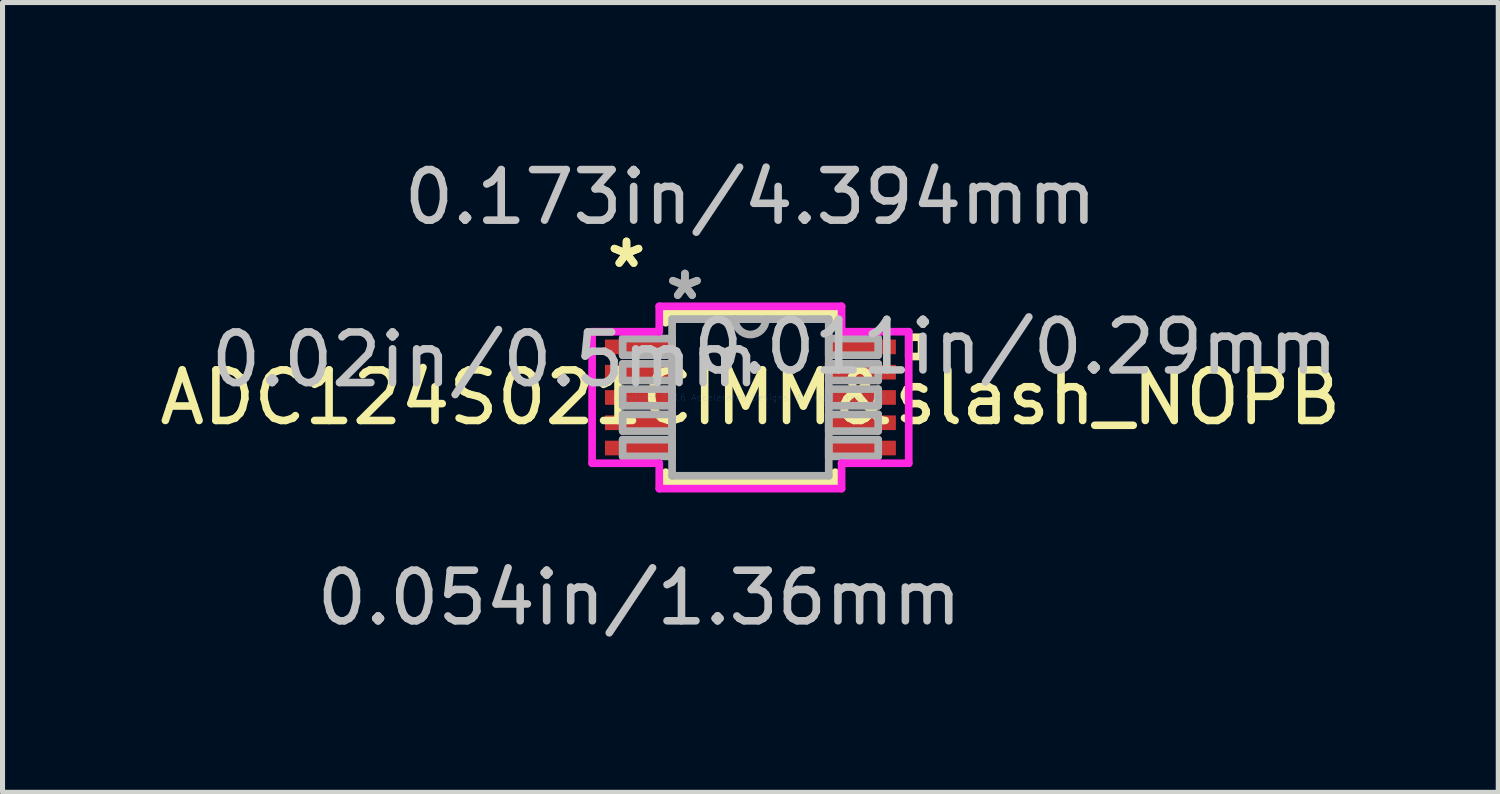
<source format=kicad_pcb>
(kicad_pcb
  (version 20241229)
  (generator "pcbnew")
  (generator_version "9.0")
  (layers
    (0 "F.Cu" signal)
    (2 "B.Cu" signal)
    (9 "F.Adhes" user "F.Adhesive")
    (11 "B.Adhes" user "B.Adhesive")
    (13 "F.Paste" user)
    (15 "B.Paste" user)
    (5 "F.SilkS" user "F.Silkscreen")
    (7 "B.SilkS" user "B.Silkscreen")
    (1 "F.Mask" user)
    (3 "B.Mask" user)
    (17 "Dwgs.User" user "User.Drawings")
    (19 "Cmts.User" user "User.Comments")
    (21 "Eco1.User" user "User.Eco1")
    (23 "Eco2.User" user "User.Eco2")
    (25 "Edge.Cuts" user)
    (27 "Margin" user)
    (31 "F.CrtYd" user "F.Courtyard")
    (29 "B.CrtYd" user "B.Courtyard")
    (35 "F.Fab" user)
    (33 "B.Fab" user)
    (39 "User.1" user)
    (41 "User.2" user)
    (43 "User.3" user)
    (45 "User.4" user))
  (footprint "ADC124S021CIMM&slash_NOPB"
    (layer "F.Cu")
    (at 11.792 4.811)
    (property "Reference" "ADC124S021CIMM&slash_NOPB" (at 0 0 0) (layer "F.SilkS") (effects (font (size 1 1) (thickness 0.15))))
    (attr through_hole)
    (fp_line (start -1.676 -1.676) (end -1.676 -1.478) (stroke (width 0.152) (type solid)) (layer "F.SilkS"))
    (fp_line (start -1.676 1.478) (end -1.676 1.676) (stroke (width 0.152) (type solid)) (layer "F.SilkS"))
    (fp_line (start -1.676 1.676) (end 1.676 1.676) (stroke (width 0.152) (type solid)) (layer "F.SilkS"))
    (fp_line (start 1.676 -1.676) (end -1.676 -1.676) (stroke (width 0.152) (type solid)) (layer "F.SilkS"))
    (fp_line (start 1.676 -1.478) (end 1.676 -1.676) (stroke (width 0.152) (type solid)) (layer "F.SilkS"))
    (fp_line (start 1.676 1.676) (end 1.676 1.478) (stroke (width 0.152) (type solid)) (layer "F.SilkS"))
    (fp_line (start 3.131 -1.191) (end 3.385 -1.191) (stroke (width 0.152) (type solid)) (layer "F.SilkS"))
    (fp_line (start 3.131 -0.81) (end 3.131 -1.191) (stroke (width 0.152) (type solid)) (layer "F.SilkS"))
    (fp_line (start 3.385 -1.191) (end 3.385 -0.81) (stroke (width 0.152) (type solid)) (layer "F.SilkS"))
    (fp_line (start 3.385 -0.81) (end 3.131 -0.81) (stroke (width 0.152) (type solid)) (layer "F.SilkS"))
    (fp_line (start -3.131 -1.301) (end -1.803 -1.301) (stroke (width 0.152) (type solid)) (layer "F.CrtYd"))
    (fp_line (start -3.131 1.301) (end -3.131 -1.301) (stroke (width 0.152) (type solid)) (layer "F.CrtYd"))
    (fp_line (start -1.803 -1.803) (end 1.803 -1.803) (stroke (width 0.152) (type solid)) (layer "F.CrtYd"))
    (fp_line (start -1.803 -1.301) (end -1.803 -1.803) (stroke (width 0.152) (type solid)) (layer "F.CrtYd"))
    (fp_line (start -1.803 1.301) (end -3.131 1.301) (stroke (width 0.152) (type solid)) (layer "F.CrtYd"))
    (fp_line (start -1.803 1.803) (end -1.803 1.301) (stroke (width 0.152) (type solid)) (layer "F.CrtYd"))
    (fp_line (start 1.803 -1.803) (end 1.803 -1.301) (stroke (width 0.152) (type solid)) (layer "F.CrtYd"))
    (fp_line (start 1.803 -1.301) (end 3.131 -1.301) (stroke (width 0.152) (type solid)) (layer "F.CrtYd"))
    (fp_line (start 1.803 1.301) (end 1.803 1.803) (stroke (width 0.152) (type solid)) (layer "F.CrtYd"))
    (fp_line (start 1.803 1.803) (end -1.803 1.803) (stroke (width 0.152) (type solid)) (layer "F.CrtYd"))
    (fp_line (start 3.131 -1.301) (end 3.131 1.301) (stroke (width 0.152) (type solid)) (layer "F.CrtYd"))
    (fp_line (start 3.131 1.301) (end 1.803 1.301) (stroke (width 0.152) (type solid)) (layer "F.CrtYd"))
    (fp_line (start -2.527 -1.165) (end -2.527 -0.835) (stroke (width 0.152) (type solid)) (layer "F.Fab"))
    (fp_line (start -2.527 -0.835) (end -1.549 -0.835) (stroke (width 0.152) (type solid)) (layer "F.Fab"))
    (fp_line (start -2.527 -0.665) (end -2.527 -0.335) (stroke (width 0.152) (type solid)) (layer "F.Fab"))
    (fp_line (start -2.527 -0.335) (end -1.549 -0.335) (stroke (width 0.152) (type solid)) (layer "F.Fab"))
    (fp_line (start -2.527 -0.165) (end -2.527 0.165) (stroke (width 0.152) (type solid)) (layer "F.Fab"))
    (fp_line (start -2.527 0.165) (end -1.549 0.165) (stroke (width 0.152) (type solid)) (layer "F.Fab"))
    (fp_line (start -2.527 0.335) (end -2.527 0.665) (stroke (width 0.152) (type solid)) (layer "F.Fab"))
    (fp_line (start -2.527 0.665) (end -1.549 0.665) (stroke (width 0.152) (type solid)) (layer "F.Fab"))
    (fp_line (start -2.527 0.835) (end -2.527 1.165) (stroke (width 0.152) (type solid)) (layer "F.Fab"))
    (fp_line (start -2.527 1.165) (end -1.549 1.165) (stroke (width 0.152) (type solid)) (layer "F.Fab"))
    (fp_line (start -1.549 -1.549) (end -1.549 1.549) (stroke (width 0.152) (type solid)) (layer "F.Fab"))
    (fp_line (start -1.549 -1.165) (end -2.527 -1.165) (stroke (width 0.152) (type solid)) (layer "F.Fab"))
    (fp_line (start -1.549 -0.835) (end -1.549 -1.165) (stroke (width 0.152) (type solid)) (layer "F.Fab"))
    (fp_line (start -1.549 -0.665) (end -2.527 -0.665) (stroke (width 0.152) (type solid)) (layer "F.Fab"))
    (fp_line (start -1.549 -0.335) (end -1.549 -0.665) (stroke (width 0.152) (type solid)) (layer "F.Fab"))
    (fp_line (start -1.549 -0.165) (end -2.527 -0.165) (stroke (width 0.152) (type solid)) (layer "F.Fab"))
    (fp_line (start -1.549 0.165) (end -1.549 -0.165) (stroke (width 0.152) (type solid)) (layer "F.Fab"))
    (fp_line (start -1.549 0.335) (end -2.527 0.335) (stroke (width 0.152) (type solid)) (layer "F.Fab"))
    (fp_line (start -1.549 0.665) (end -1.549 0.335) (stroke (width 0.152) (type solid)) (layer "F.Fab"))
    (fp_line (start -1.549 0.835) (end -2.527 0.835) (stroke (width 0.152) (type solid)) (layer "F.Fab"))
    (fp_line (start -1.549 1.165) (end -1.549 0.835) (stroke (width 0.152) (type solid)) (layer "F.Fab"))
    (fp_line (start -1.549 1.549) (end 1.549 1.549) (stroke (width 0.152) (type solid)) (layer "F.Fab"))
    (fp_line (start 1.549 -1.549) (end -1.549 -1.549) (stroke (width 0.152) (type solid)) (layer "F.Fab"))
    (fp_line (start 1.549 -1.165) (end 1.549 -0.835) (stroke (width 0.152) (type solid)) (layer "F.Fab"))
    (fp_line (start 1.549 -0.835) (end 2.527 -0.835) (stroke (width 0.152) (type solid)) (layer "F.Fab"))
    (fp_line (start 1.549 -0.665) (end 1.549 -0.335) (stroke (width 0.152) (type solid)) (layer "F.Fab"))
    (fp_line (start 1.549 -0.335) (end 2.527 -0.335) (stroke (width 0.152) (type solid)) (layer "F.Fab"))
    (fp_line (start 1.549 -0.165) (end 1.549 0.165) (stroke (width 0.152) (type solid)) (layer "F.Fab"))
    (fp_line (start 1.549 0.165) (end 2.527 0.165) (stroke (width 0.152) (type solid)) (layer "F.Fab"))
    (fp_line (start 1.549 0.335) (end 1.549 0.665) (stroke (width 0.152) (type solid)) (layer "F.Fab"))
    (fp_line (start 1.549 0.665) (end 2.527 0.665) (stroke (width 0.152) (type solid)) (layer "F.Fab"))
    (fp_line (start 1.549 0.835) (end 1.549 1.165) (stroke (width 0.152) (type solid)) (layer "F.Fab"))
    (fp_line (start 1.549 1.165) (end 2.527 1.165) (stroke (width 0.152) (type solid)) (layer "F.Fab"))
    (fp_line (start 1.549 1.549) (end 1.549 -1.549) (stroke (width 0.152) (type solid)) (layer "F.Fab"))
    (fp_line (start 2.527 -1.165) (end 1.549 -1.165) (stroke (width 0.152) (type solid)) (layer "F.Fab"))
    (fp_line (start 2.527 -0.835) (end 2.527 -1.165) (stroke (width 0.152) (type solid)) (layer "F.Fab"))
    (fp_line (start 2.527 -0.665) (end 1.549 -0.665) (stroke (width 0.152) (type solid)) (layer "F.Fab"))
    (fp_line (start 2.527 -0.335) (end 2.527 -0.665) (stroke (width 0.152) (type solid)) (layer "F.Fab"))
    (fp_line (start 2.527 -0.165) (end 1.549 -0.165) (stroke (width 0.152) (type solid)) (layer "F.Fab"))
    (fp_line (start 2.527 0.165) (end 2.527 -0.165) (stroke (width 0.152) (type solid)) (layer "F.Fab"))
    (fp_line (start 2.527 0.335) (end 1.549 0.335) (stroke (width 0.152) (type solid)) (layer "F.Fab"))
    (fp_line (start 2.527 0.665) (end 2.527 0.335) (stroke (width 0.152) (type solid)) (layer "F.Fab"))
    (fp_line (start 2.527 0.835) (end 1.549 0.835) (stroke (width 0.152) (type solid)) (layer "F.Fab"))
    (fp_line (start 2.527 1.165) (end 2.527 0.835) (stroke (width 0.152) (type solid)) (layer "F.Fab"))
    (fp_arc (start 0.3048 -1.5494) (mid 0 -1.2446) (end -0.3048 -1.5494) (stroke (width 0.1524) (type solid)) (layer "F.Fab"))
    (fp_text user "*" (at -2.451 -2.542 0) (layer "F.SilkS") (effects (font (size 1 1) (thickness 0.15))))
    (fp_text user "*" (at -2.451 -2.542 0) (layer "F.SilkS") (effects (font (size 1 1) (thickness 0.15))))
    (fp_text user "0.02in/0.5mm" (at -5.245 -0.75 0) (layer "Dwgs.User") (effects (font (size 1 1) (thickness 0.15))))
    (fp_text user "0.173in/4.394mm" (at 0 -3.962 0) (layer "Dwgs.User") (effects (font (size 1 1) (thickness 0.15))))
    (fp_text user "0.011in/0.29mm" (at 5.245 -1 0) (layer "Dwgs.User") (effects (font (size 1 1) (thickness 0.15))))
    (fp_text user "0.054in/1.36mm" (at -2.197 3.962 0) (layer "Dwgs.User") (effects (font (size 1 1) (thickness 0.15))))
    (fp_text user "Copyright 2016 Accelerated Designs. All rights reserved." (at 0 0 0) (layer "Cmts.User") (effects (font (size 0.127 0.127) (thickness 0.002))))
    (fp_text user "*" (at -1.295 -1.907 0) (layer "F.Fab") (effects (font (size 1 1) (thickness 0.15))))
    (fp_text user "*" (at -1.295 -1.907 0) (layer "F.Fab") (effects (font (size 1 1) (thickness 0.15))))
    (pad "1" smd rect (at -2.197 -1) (size 1.36 0.29) (layers "F.Cu" "F.Mask" "F.Paste"))
    (pad "2" smd rect (at -2.197 -0.5) (size 1.36 0.29) (layers "F.Cu" "F.Mask" "F.Paste"))
    (pad "3" smd rect (at -2.197 0) (size 1.36 0.29) (layers "F.Cu" "F.Mask" "F.Paste"))
    (pad "4" smd rect (at -2.197 0.5) (size 1.36 0.29) (layers "F.Cu" "F.Mask" "F.Paste"))
    (pad "5" smd rect (at -2.197 1) (size 1.36 0.29) (layers "F.Cu" "F.Mask" "F.Paste"))
    (pad "6" smd rect (at 2.197 1) (size 1.36 0.29) (layers "F.Cu" "F.Mask" "F.Paste"))
    (pad "7" smd rect (at 2.197 0.5) (size 1.36 0.29) (layers "F.Cu" "F.Mask" "F.Paste"))
    (pad "8" smd rect (at 2.197 0) (size 1.36 0.29) (layers "F.Cu" "F.Mask" "F.Paste"))
    (pad "9" smd rect (at 2.197 -0.5) (size 1.36 0.29) (layers "F.Cu" "F.Mask" "F.Paste"))
    (pad "10" smd rect (at 2.197 -1) (size 1.36 0.29) (layers "F.Cu" "F.Mask" "F.Paste")))
  (gr_rect
    (start -3 -3)
    (end 26.583 12.621)
    (stroke (width 0.1) (type default))
    (fill no)
    (layer "Edge.Cuts")))
</source>
